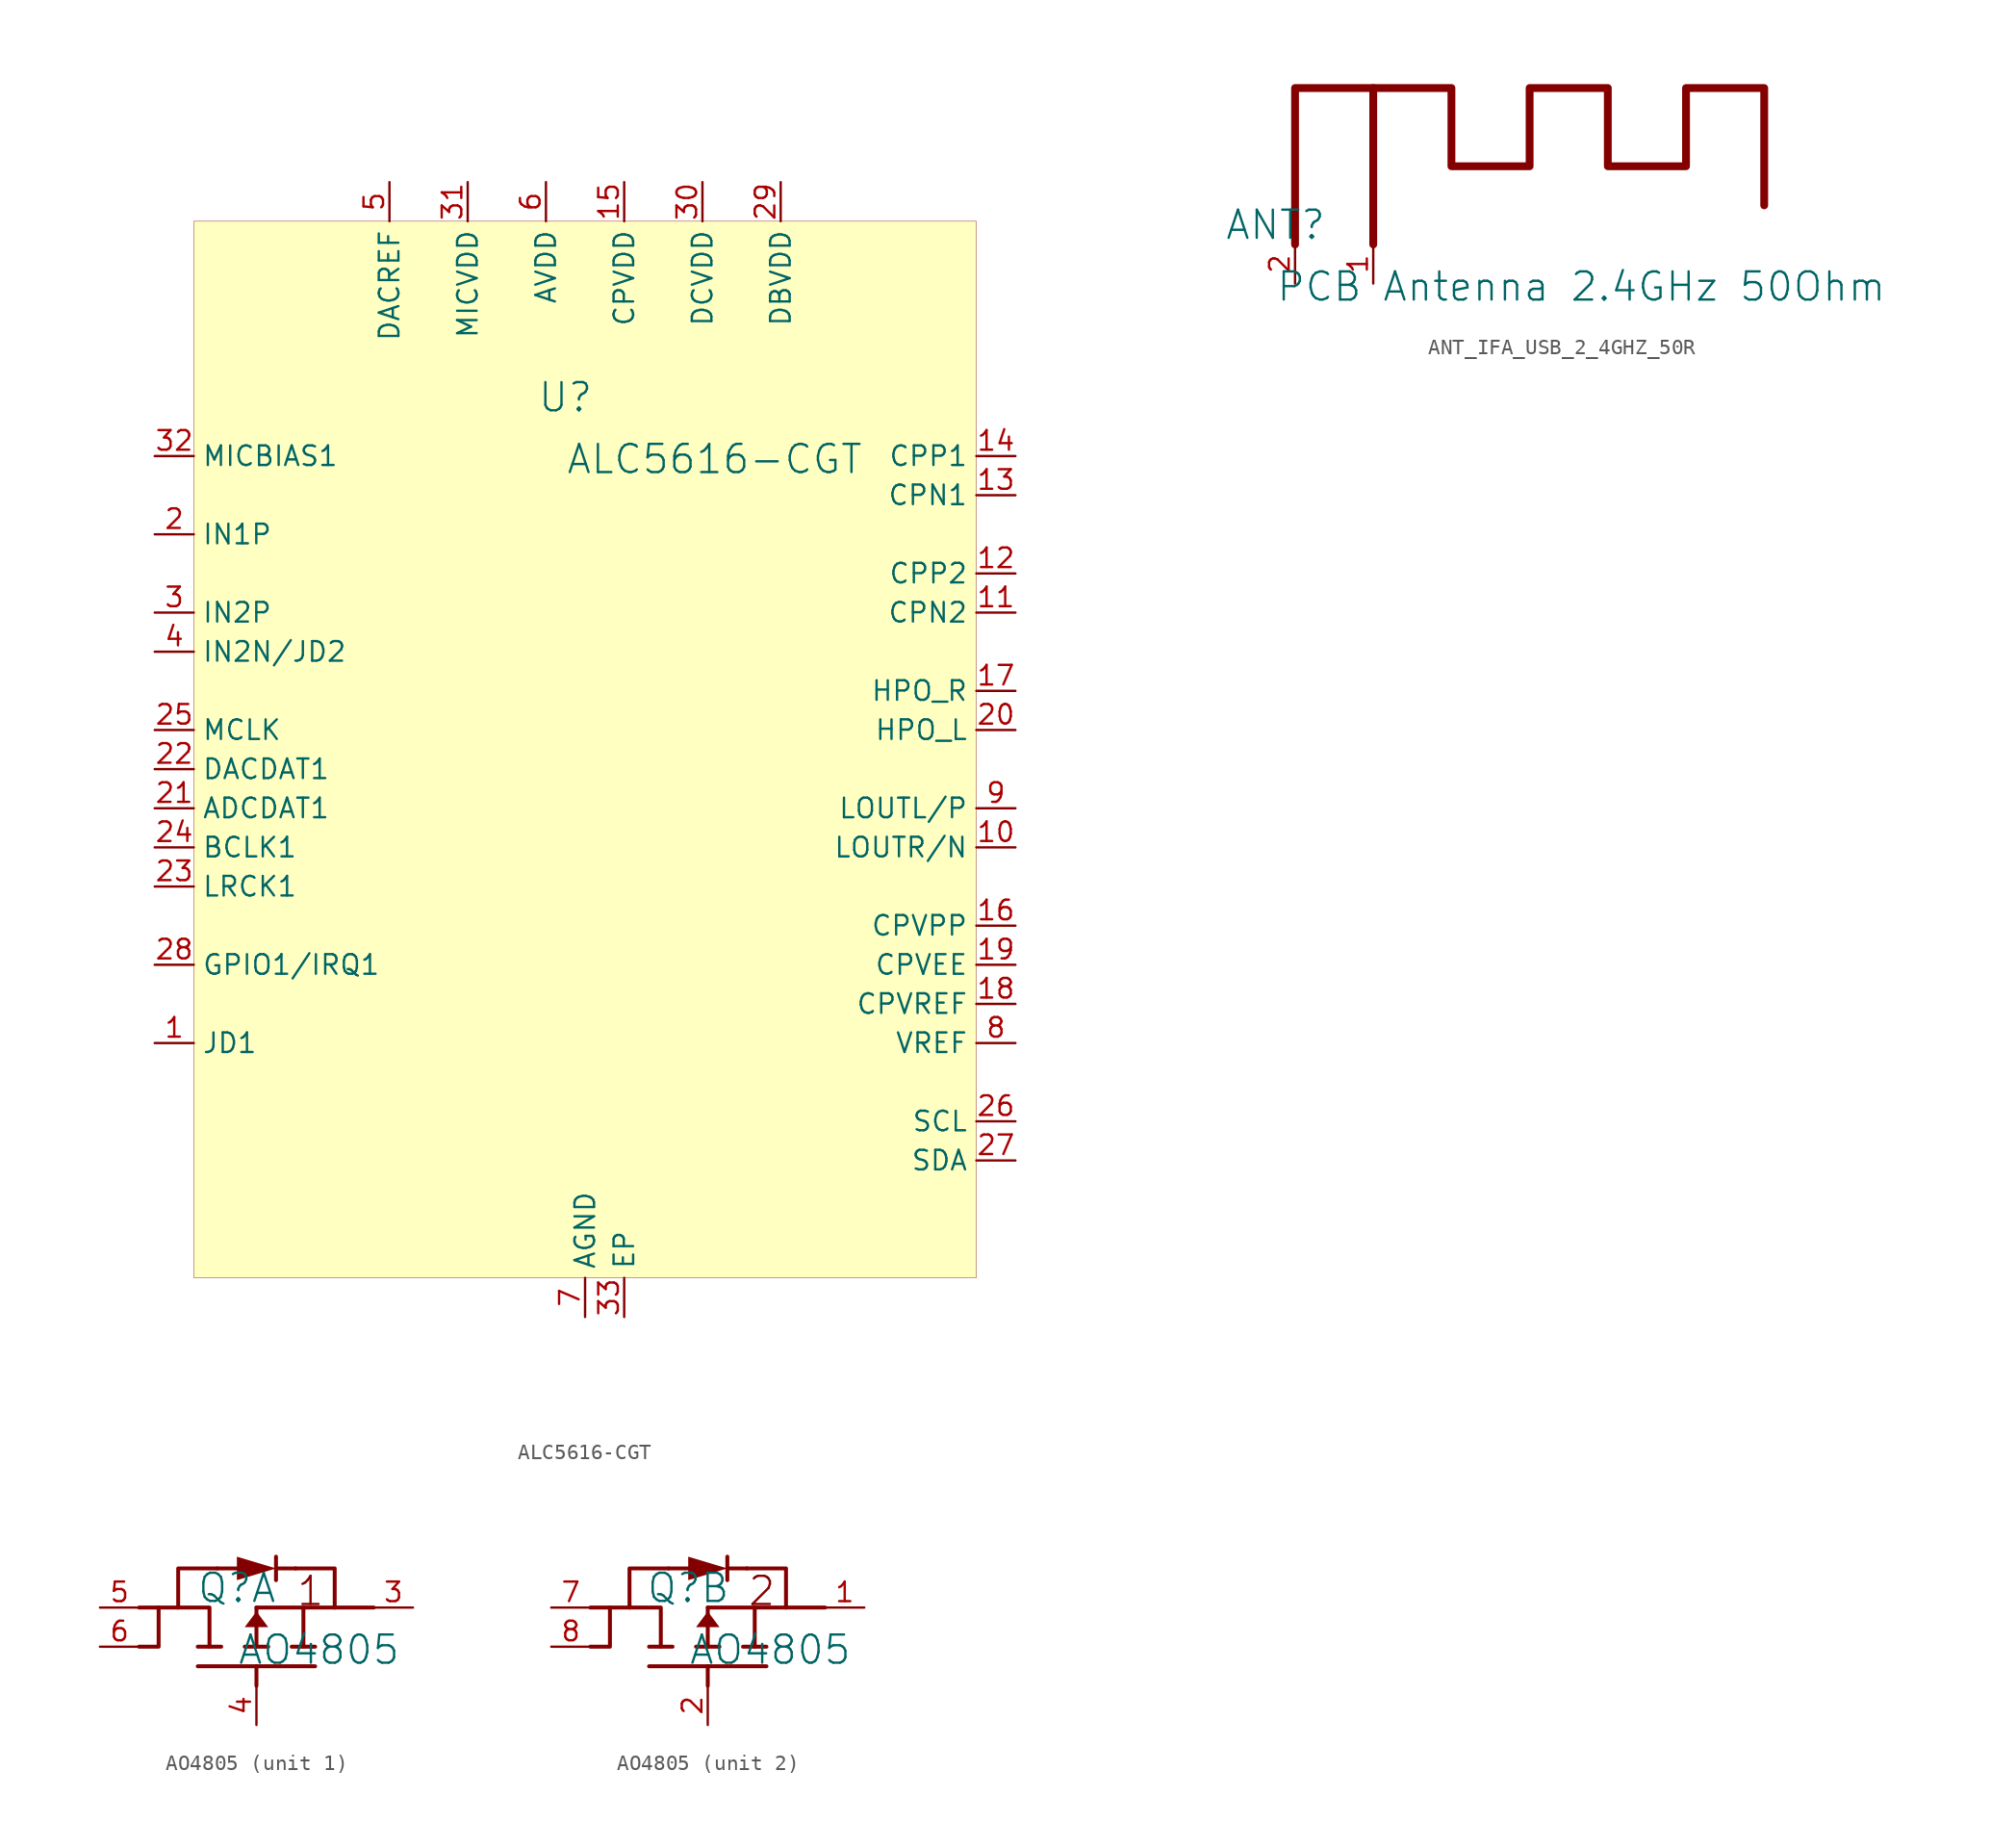
<source format=kicad_sym>
(kicad_symbol_lib
  (version 20231120)
  (generator "kicad_symbol_editor")
  (generator_version "8.0")
  (symbol "ALC5616-CGT"
    (property "Reference" "U"
      (at -1.27 1.27 0)
      (effects (font (size 1.829 1.829))))
    (property "Value" "ALC5616-CGT"
      (at -1.27 -3.81 0)
      (effects (font (size 1.829 1.829)) (justify left bottom)))
    (symbol "ALC5616-CGT_1_0"
      (rectangle (start 25.4 12.7) (end -25.4 -55.88) (stroke (width 0.025) (type solid) (color 128 0 0 1)) (fill (type background)))
      (pin input line (at -27.94 -40.64 0) (length 2.54) (name "JD1" (effects (font (size 1.27 1.27)))) (number "1" (effects (font (size 1.27 1.27)))))
      (pin output line (at 27.94 -27.94 180) (length 2.54) (name "LOUTR/N" (effects (font (size 1.27 1.27)))) (number "10" (effects (font (size 1.27 1.27)))))
      (pin power_in line (at 27.94 -12.7 180) (length 2.54) (name "CPN2" (effects (font (size 1.27 1.27)))) (number "11" (effects (font (size 1.27 1.27)))))
      (pin power_in line (at 27.94 -10.16 180) (length 2.54) (name "CPP2" (effects (font (size 1.27 1.27)))) (number "12" (effects (font (size 1.27 1.27)))))
      (pin power_in line (at 27.94 -5.08 180) (length 2.54) (name "CPN1" (effects (font (size 1.27 1.27)))) (number "13" (effects (font (size 1.27 1.27)))))
      (pin power_in line (at 27.94 -2.54 180) (length 2.54) (name "CPP1" (effects (font (size 1.27 1.27)))) (number "14" (effects (font (size 1.27 1.27)))))
      (pin power_in line (at 2.54 15.24 270) (length 2.54) (name "CPVDD" (effects (font (size 1.27 1.27)))) (number "15" (effects (font (size 1.27 1.27)))))
      (pin passive line (at 27.94 -33.02 180) (length 2.54) (name "CPVPP" (effects (font (size 1.27 1.27)))) (number "16" (effects (font (size 1.27 1.27)))))
      (pin output line (at 27.94 -17.78 180) (length 2.54) (name "HPO_R" (effects (font (size 1.27 1.27)))) (number "17" (effects (font (size 1.27 1.27)))))
      (pin output line (at 27.94 -38.1 180) (length 2.54) (name "CPVREF" (effects (font (size 1.27 1.27)))) (number "18" (effects (font (size 1.27 1.27)))))
      (pin passive line (at 27.94 -35.56 180) (length 2.54) (name "CPVEE" (effects (font (size 1.27 1.27)))) (number "19" (effects (font (size 1.27 1.27)))))
      (pin input line (at -27.94 -7.62 0) (length 2.54) (name "IN1P" (effects (font (size 1.27 1.27)))) (number "2" (effects (font (size 1.27 1.27)))))
      (pin output line (at 27.94 -20.32 180) (length 2.54) (name "HPO_L" (effects (font (size 1.27 1.27)))) (number "20" (effects (font (size 1.27 1.27)))))
      (pin output line (at -27.94 -25.4 0) (length 2.54) (name "ADCDAT1" (effects (font (size 1.27 1.27)))) (number "21" (effects (font (size 1.27 1.27)))))
      (pin input line (at -27.94 -22.86 0) (length 2.54) (name "DACDAT1" (effects (font (size 1.27 1.27)))) (number "22" (effects (font (size 1.27 1.27)))))
      (pin input line (at -27.94 -30.48 0) (length 2.54) (name "LRCK1" (effects (font (size 1.27 1.27)))) (number "23" (effects (font (size 1.27 1.27)))))
      (pin input line (at -27.94 -27.94 0) (length 2.54) (name "BCLK1" (effects (font (size 1.27 1.27)))) (number "24" (effects (font (size 1.27 1.27)))))
      (pin input line (at -27.94 -20.32 0) (length 2.54) (name "MCLK" (effects (font (size 1.27 1.27)))) (number "25" (effects (font (size 1.27 1.27)))))
      (pin input line (at 27.94 -45.72 180) (length 2.54) (name "SCL" (effects (font (size 1.27 1.27)))) (number "26" (effects (font (size 1.27 1.27)))))
      (pin bidirectional line (at 27.94 -48.26 180) (length 2.54) (name "SDA" (effects (font (size 1.27 1.27)))) (number "27" (effects (font (size 1.27 1.27)))))
      (pin bidirectional line (at -27.94 -35.56 0) (length 2.54) (name "GPIO1/IRQ1" (effects (font (size 1.27 1.27)))) (number "28" (effects (font (size 1.27 1.27)))))
      (pin power_in line (at 12.7 15.24 270) (length 2.54) (name "DBVDD" (effects (font (size 1.27 1.27)))) (number "29" (effects (font (size 1.27 1.27)))))
      (pin input line (at -27.94 -12.7 0) (length 2.54) (name "IN2P" (effects (font (size 1.27 1.27)))) (number "3" (effects (font (size 1.27 1.27)))))
      (pin power_in line (at 7.62 15.24 270) (length 2.54) (name "DCVDD" (effects (font (size 1.27 1.27)))) (number "30" (effects (font (size 1.27 1.27)))))
      (pin power_in line (at -7.62 15.24 270) (length 2.54) (name "MICVDD" (effects (font (size 1.27 1.27)))) (number "31" (effects (font (size 1.27 1.27)))))
      (pin output line (at -27.94 -2.54 0) (length 2.54) (name "MICBIAS1" (effects (font (size 1.27 1.27)))) (number "32" (effects (font (size 1.27 1.27)))))
      (pin power_in line (at 2.54 -58.42 90) (length 2.54) (name "EP" (effects (font (size 1.27 1.27)))) (number "33" (effects (font (size 1.27 1.27)))))
      (pin input line (at -27.94 -15.24 0) (length 2.54) (name "IN2N/JD2" (effects (font (size 1.27 1.27)))) (number "4" (effects (font (size 1.27 1.27)))))
      (pin power_in line (at -12.7 15.24 270) (length 2.54) (name "DACREF" (effects (font (size 1.27 1.27)))) (number "5" (effects (font (size 1.27 1.27)))))
      (pin power_in line (at -2.54 15.24 270) (length 2.54) (name "AVDD" (effects (font (size 1.27 1.27)))) (number "6" (effects (font (size 1.27 1.27)))))
      (pin power_in line (at 0 -58.42 90) (length 2.54) (name "AGND" (effects (font (size 1.27 1.27)))) (number "7" (effects (font (size 1.27 1.27)))))
      (pin power_in line (at 27.94 -40.64 180) (length 2.54) (name "VREF" (effects (font (size 1.27 1.27)))) (number "8" (effects (font (size 1.27 1.27)))))
      (pin output line (at 27.94 -25.4 180) (length 2.54) (name "LOUTL/P" (effects (font (size 1.27 1.27)))) (number "9" (effects (font (size 1.27 1.27)))))))
  (symbol "ANT_IFA_USB_2_4GHZ_50R"
    (property "Reference" "ANT"
      (at -1.27 1.27 0)
      (effects (font (size 1.829 1.829))))
    (property "Value" "PCB Antenna 2.4GHz 50Ohm"
      (at -1.27 -3.81 0)
      (effects (font (size 1.829 1.829)) (justify left bottom)))
    (symbol "ANT_IFA_USB_2_4GHZ_50R_1_0"
      (polyline (pts (xy 0 0) (xy 0 10.16) (xy 5.08 10.16) (xy 5.08 0)) (stroke (width 0.508) (type solid)) (fill (type none)))
      (polyline (pts (xy 5.08 10.16) (xy 10.16 10.16) (xy 10.16 5.08) (xy 15.24 5.08) (xy 15.24 10.16) (xy 20.32 10.16) (xy 20.32 5.08) (xy 25.4 5.08) (xy 25.4 10.16) (xy 30.48 10.16) (xy 30.48 2.54)) (stroke (width 0.508) (type solid)) (fill (type none)))
      (pin passive line (at 5.08 -2.54 90) (length 2.54) (name "RF" (effects (font (size 0 0)))) (number "1" (effects (font (size 1.27 1.27)))))
      (pin passive line (at 0 -2.54 90) (length 2.54) (name "GND" (effects (font (size 0 0)))) (number "2" (effects (font (size 1.27 1.27)))))))
  (symbol "AO4805"
    (property "Reference" "Q"
      (at -1.27 1.27 0)
      (effects (font (size 1.829 1.829))))
    (property "Value" "AO4805"
      (at -1.27 -3.81 0)
      (effects (font (size 1.829 1.829)) (justify left bottom)))
    (symbol "AO4805_1_0"
      (polyline (pts (xy -7.62 0) (xy -5.08 0)) (stroke (width 0.254) (type solid)) (fill (type none)))
      (polyline (pts (xy -3.81 -3.81) (xy 3.81 -3.81)) (stroke (width 0.254) (type solid)) (fill (type none)))
      (polyline (pts (xy -3.81 -2.54) (xy -2.286 -2.54)) (stroke (width 0.254) (type solid)) (fill (type none)))
      (polyline (pts (xy -2.54 2.54) (xy -1.27 2.54)) (stroke (width 0.254) (type solid)) (fill (type none)))
      (polyline (pts (xy -0.762 -2.54) (xy 0.762 -2.54)) (stroke (width 0.254) (type solid)) (fill (type none)))
      (polyline (pts (xy 0 -3.81) (xy 0 -5.08)) (stroke (width 0.254) (type solid)) (fill (type none)))
      (polyline (pts (xy 0 0) (xy 0 -2.54)) (stroke (width 0.254) (type solid)) (fill (type none)))
      (polyline (pts (xy 0 0) (xy 3.048 0)) (stroke (width 0.254) (type solid)) (fill (type none)))
      (polyline (pts (xy 1.27 2.54) (xy 2.54 2.54)) (stroke (width 0.254) (type solid)) (fill (type none)))
      (polyline (pts (xy 1.27 3.302) (xy 1.27 1.778)) (stroke (width 0.254) (type solid)) (fill (type none)))
      (polyline (pts (xy 2.286 -2.54) (xy 3.81 -2.54)) (stroke (width 0.254) (type solid)) (fill (type none)))
      (polyline (pts (xy 5.08 0) (xy 7.62 0)) (stroke (width 0.254) (type solid)) (fill (type none)))
      (polyline (pts (xy -7.62 -2.54) (xy -6.35 -2.54) (xy -6.35 0)) (stroke (width 0.254) (type solid)) (fill (type none)))
      (polyline (pts (xy -5.08 0) (xy -5.08 2.54) (xy -2.54 2.54)) (stroke (width 0.254) (type solid)) (fill (type none)))
      (polyline (pts (xy -5.08 0) (xy -3.048 0) (xy -3.048 -2.54)) (stroke (width 0.254) (type solid)) (fill (type none)))
      (polyline (pts (xy 2.54 2.54) (xy 5.08 2.54) (xy 5.08 0)) (stroke (width 0.254) (type solid)) (fill (type none)))
      (polyline (pts (xy 5.08 0) (xy 3.048 0) (xy 3.048 -2.54)) (stroke (width 0.254) (type solid)) (fill (type none)))
      (polyline (pts (xy 0 -0.254) (xy -0.762 -1.27) (xy 0.762 -1.27) (xy 0 -0.254) (xy 0 -0.254)) (stroke (width -0.0001) (type solid)) (fill (type outline)))
      (polyline (pts (xy -1.27 2.54) (xy -1.27 3.302) (xy 1.27 2.54) (xy -1.27 1.778) (xy -1.27 2.54) (xy -1.27 2.54)) (stroke (width -0.0001) (type solid)) (fill (type outline)))
      (text "1" (at 2.54 0 0) (effects (font (size 1.829 1.829)) (justify left bottom)))
      (pin passive line (at 10.16 0 180) (length 2.54) (name "S1" (effects (font (size 0 0)))) (number "3" (effects (font (size 1.27 1.27)))))
      (pin passive line (at 0 -7.62 90) (length 2.54) (name "G1" (effects (font (size 0 0)))) (number "4" (effects (font (size 1.27 1.27)))))
      (pin passive line (at -10.16 0 0) (length 2.54) (name "D1" (effects (font (size 0 0)))) (number "5" (effects (font (size 1.27 1.27)))))
      (pin passive line (at -10.16 -2.54 0) (length 2.54) (name "D1" (effects (font (size 0 0)))) (number "6" (effects (font (size 1.27 1.27))))))
    (symbol "AO4805_2_0"
      (polyline (pts (xy -7.62 0) (xy -5.08 0)) (stroke (width 0.254) (type solid)) (fill (type none)))
      (polyline (pts (xy -3.81 -3.81) (xy 3.81 -3.81)) (stroke (width 0.254) (type solid)) (fill (type none)))
      (polyline (pts (xy -3.81 -2.54) (xy -2.286 -2.54)) (stroke (width 0.254) (type solid)) (fill (type none)))
      (polyline (pts (xy -2.54 2.54) (xy -1.27 2.54)) (stroke (width 0.254) (type solid)) (fill (type none)))
      (polyline (pts (xy -0.762 -2.54) (xy 0.762 -2.54)) (stroke (width 0.254) (type solid)) (fill (type none)))
      (polyline (pts (xy 0 -3.81) (xy 0 -5.08)) (stroke (width 0.254) (type solid)) (fill (type none)))
      (polyline (pts (xy 0 0) (xy 0 -2.54)) (stroke (width 0.254) (type solid)) (fill (type none)))
      (polyline (pts (xy 0 0) (xy 3.048 0)) (stroke (width 0.254) (type solid)) (fill (type none)))
      (polyline (pts (xy 1.27 2.54) (xy 2.54 2.54)) (stroke (width 0.254) (type solid)) (fill (type none)))
      (polyline (pts (xy 1.27 3.302) (xy 1.27 1.778)) (stroke (width 0.254) (type solid)) (fill (type none)))
      (polyline (pts (xy 2.286 -2.54) (xy 3.81 -2.54)) (stroke (width 0.254) (type solid)) (fill (type none)))
      (polyline (pts (xy 5.08 0) (xy 7.62 0)) (stroke (width 0.254) (type solid)) (fill (type none)))
      (polyline (pts (xy -7.62 -2.54) (xy -6.35 -2.54) (xy -6.35 0)) (stroke (width 0.254) (type solid)) (fill (type none)))
      (polyline (pts (xy -5.08 0) (xy -5.08 2.54) (xy -2.54 2.54)) (stroke (width 0.254) (type solid)) (fill (type none)))
      (polyline (pts (xy -5.08 0) (xy -3.048 0) (xy -3.048 -2.54)) (stroke (width 0.254) (type solid)) (fill (type none)))
      (polyline (pts (xy 2.54 2.54) (xy 5.08 2.54) (xy 5.08 0)) (stroke (width 0.254) (type solid)) (fill (type none)))
      (polyline (pts (xy 5.08 0) (xy 3.048 0) (xy 3.048 -2.54)) (stroke (width 0.254) (type solid)) (fill (type none)))
      (polyline (pts (xy 0 -0.254) (xy -0.762 -1.27) (xy 0.762 -1.27) (xy 0 -0.254) (xy 0 -0.254)) (stroke (width -0.0001) (type solid)) (fill (type outline)))
      (polyline (pts (xy -1.27 2.54) (xy -1.27 3.302) (xy 1.27 2.54) (xy -1.27 1.778) (xy -1.27 2.54) (xy -1.27 2.54)) (stroke (width -0.0001) (type solid)) (fill (type outline)))
      (text "2" (at 2.54 0 0) (effects (font (size 1.829 1.829)) (justify left bottom)))
      (pin passive line (at 10.16 0 180) (length 2.54) (name "S2" (effects (font (size 0 0)))) (number "1" (effects (font (size 1.27 1.27)))))
      (pin passive line (at 0 -7.62 90) (length 2.54) (name "G2" (effects (font (size 0 0)))) (number "2" (effects (font (size 1.27 1.27)))))
      (pin passive line (at -10.16 0 0) (length 2.54) (name "D2" (effects (font (size 0 0)))) (number "7" (effects (font (size 1.27 1.27)))))
      (pin passive line (at -10.16 -2.54 0) (length 2.54) (name "D2" (effects (font (size 0 0)))) (number "8" (effects (font (size 1.27 1.27))))))))
</source>
